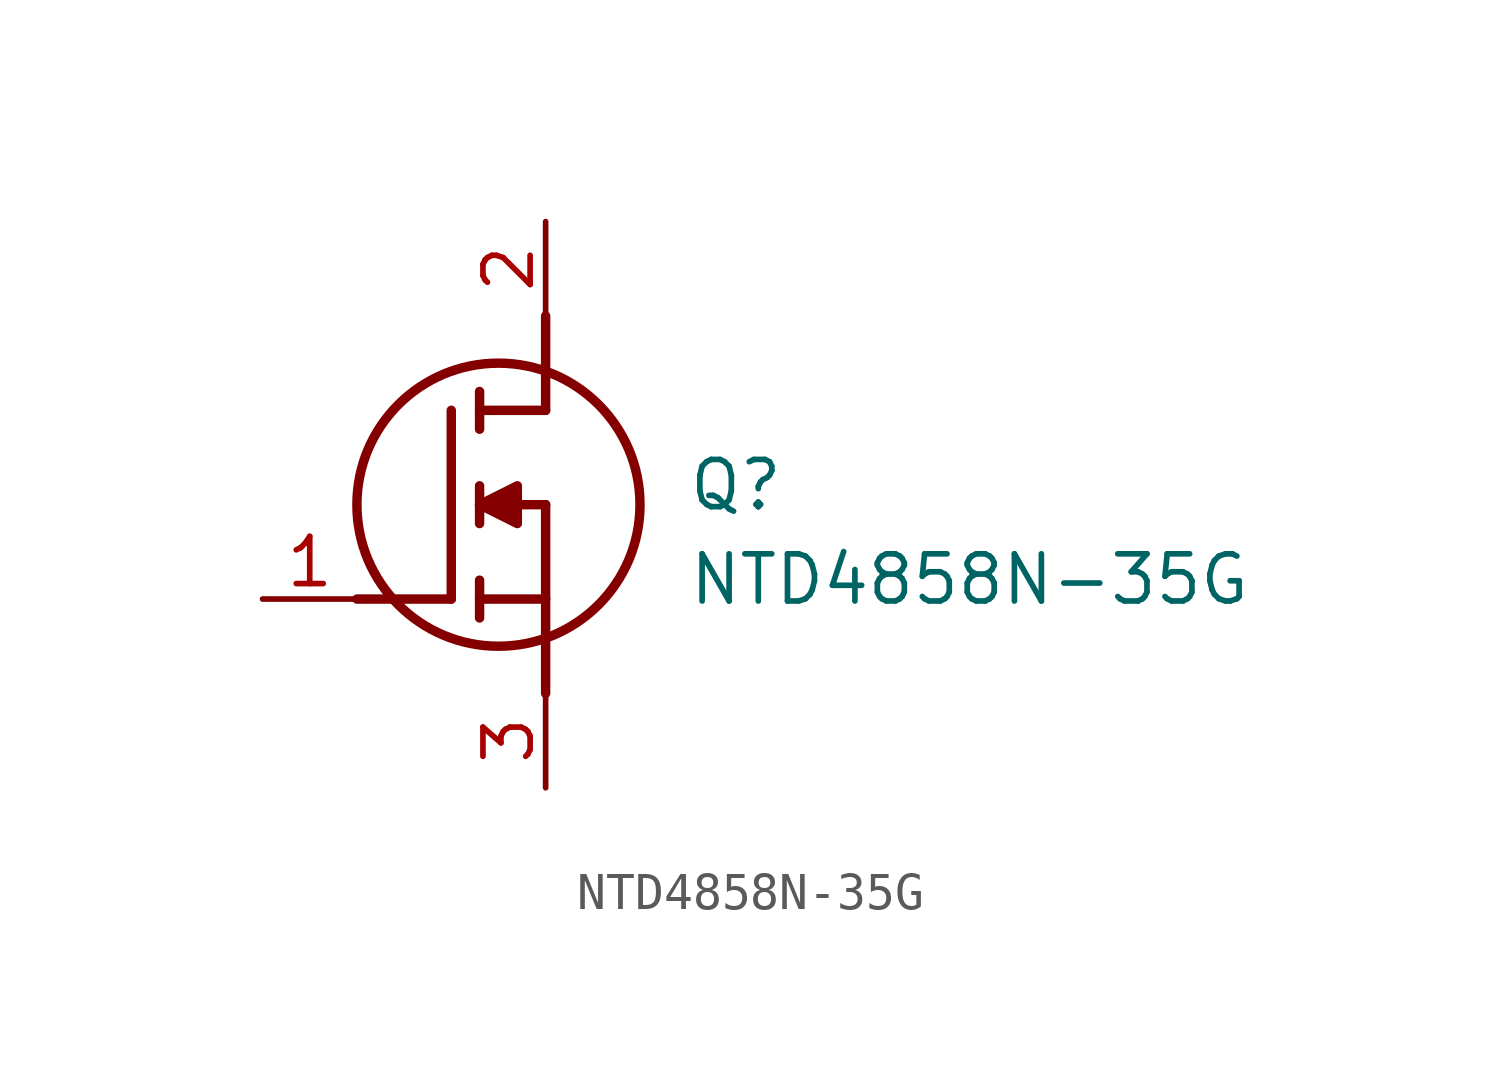
<source format=kicad_sym>
(kicad_symbol_lib
  (version 20211014)
  (generator SamacSys_ECAD_Model)
  (symbol "NTD4858N-35G"
    (pin_names hide)
    (property "Reference" "Q"
      (at 11.43 3.81 0)
      (effects (font (size 1.27 1.27)) (justify left top)))
    (property "Value" "NTD4858N-35G"
      (at 11.43 1.27 0)
      (effects (font (size 1.27 1.27)) (justify left top)))
    (polyline
      (pts (xy 7.62 2.54) (xy 7.62 -2.54))
      (stroke (width 0.254) (type default))
      (fill (type none)))
    (polyline
      (pts (xy 7.62 5.08) (xy 7.62 7.62))
      (stroke (width 0.254) (type default))
      (fill (type none)))
    (polyline
      (pts (xy 2.54 0) (xy 5.08 0))
      (stroke (width 0.254) (type default))
      (fill (type none)))
    (polyline
      (pts (xy 5.08 5.08) (xy 5.08 0))
      (stroke (width 0.254) (type default))
      (fill (type none)))
    (polyline
      (pts (xy 7.62 2.54) (xy 5.842 2.54))
      (stroke (width 0.254) (type default))
      (fill (type none)))
    (polyline
      (pts (xy 7.62 5.08) (xy 5.842 5.08))
      (stroke (width 0.254) (type default))
      (fill (type none)))
    (polyline
      (pts (xy 5.842 0) (xy 7.62 0))
      (stroke (width 0.254) (type default))
      (fill (type none)))
    (polyline
      (pts (xy 5.842 5.588) (xy 5.842 4.572))
      (stroke (width 0.254) (type default))
      (fill (type none)))
    (polyline
      (pts (xy 5.842 -0.508) (xy 5.842 0.508))
      (stroke (width 0.254) (type default))
      (fill (type none)))
    (polyline
      (pts (xy 5.842 2.032) (xy 5.842 3.048))
      (stroke (width 0.254) (type default))
      (fill (type none)))
    (circle
      (center 6.35 2.54)
      (radius 3.81)
      (stroke (width 0.254) (type default))
      (fill (type none)))
    (polyline
      (pts (xy 5.842 2.54) (xy 6.858 3.048) (xy 6.858 2.032) (xy 5.842 2.54))
      (stroke (width 0.254) (type default))
      (fill (type outline)))
    (pin passive line
      (at 0 0 0)
      (length 2.54)
      (name "G" (effects (font (size 1.27 1.27))))
      (number "1" (effects (font (size 1.27 1.27)))))
    (pin passive line
      (at 7.62 10.16 270)
      (length 2.54)
      (name "D" (effects (font (size 1.27 1.27))))
      (number "2" (effects (font (size 1.27 1.27)))))
    (pin passive line
      (at 7.62 -5.08 90)
      (length 2.54)
      (name "S" (effects (font (size 1.27 1.27))))
      (number "3" (effects (font (size 1.27 1.27)))))))
</source>
